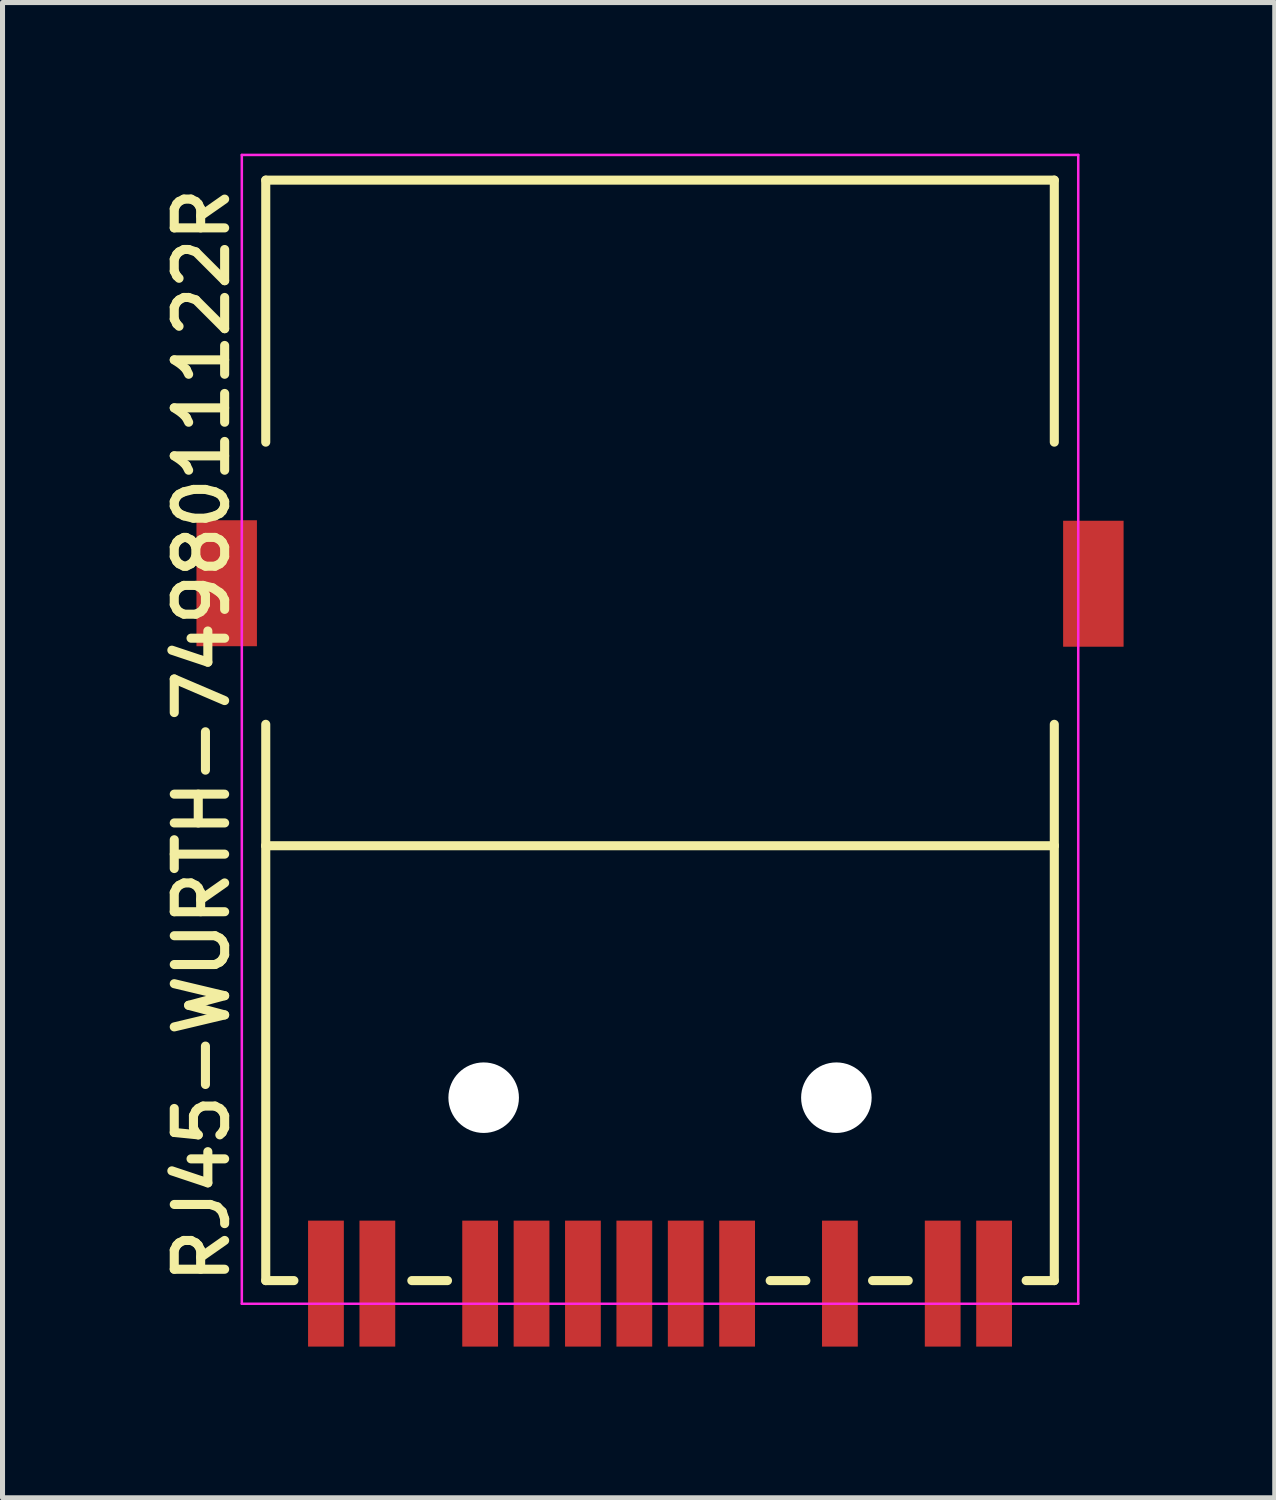
<source format=kicad_pcb>
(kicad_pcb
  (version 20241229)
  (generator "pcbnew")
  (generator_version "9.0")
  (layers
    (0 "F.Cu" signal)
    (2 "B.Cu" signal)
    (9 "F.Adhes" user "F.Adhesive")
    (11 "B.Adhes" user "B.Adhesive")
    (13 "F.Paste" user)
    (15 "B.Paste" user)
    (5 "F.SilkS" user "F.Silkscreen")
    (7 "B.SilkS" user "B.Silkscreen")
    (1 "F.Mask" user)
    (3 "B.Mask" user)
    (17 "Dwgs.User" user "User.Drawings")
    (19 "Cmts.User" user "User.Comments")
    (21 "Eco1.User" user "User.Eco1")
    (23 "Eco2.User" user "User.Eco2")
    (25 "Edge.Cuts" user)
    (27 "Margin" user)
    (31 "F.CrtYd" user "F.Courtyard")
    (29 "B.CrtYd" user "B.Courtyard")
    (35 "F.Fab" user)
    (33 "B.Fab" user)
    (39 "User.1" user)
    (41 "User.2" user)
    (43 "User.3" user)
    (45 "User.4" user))
  (footprint "RJ45-WURTH-7498011122R"
    (layer "F.Cu")
    (at 10.049 0.525)
    (property "Reference" "RJ45-WURTH-7498011122R" (at -8.509 21.971 90) (layer "F.SilkS") (effects (font (size 1 1) (thickness 0.18)) (justify left bottom)))
    (attr through_hole)
    (fp_line (start -7.825 0) (end -7.825 5.2) (stroke (width 0.18) (type solid)) (layer "F.SilkS"))
    (fp_line (start -7.825 0) (end 7.825 0) (stroke (width 0.18) (type solid)) (layer "F.SilkS"))
    (fp_line (start -7.825 10.8) (end -7.825 13.21) (stroke (width 0.18) (type solid)) (layer "F.SilkS"))
    (fp_line (start -7.825 13.21) (end -7.825 21.84) (stroke (width 0.18) (type solid)) (layer "F.SilkS"))
    (fp_line (start -7.825 13.21) (end 7.825 13.21) (stroke (width 0.18) (type solid)) (layer "F.SilkS"))
    (fp_line (start -7.266 21.84) (end -7.825 21.84) (stroke (width 0.18) (type solid)) (layer "F.SilkS"))
    (fp_line (start -4.926 21.84) (end -4.218 21.84) (stroke (width 0.18) (type solid)) (layer "F.SilkS"))
    (fp_line (start 2.186 21.84) (end 2.894 21.84) (stroke (width 0.18) (type solid)) (layer "F.SilkS"))
    (fp_line (start 4.218 21.84) (end 4.926 21.84) (stroke (width 0.18) (type solid)) (layer "F.SilkS"))
    (fp_line (start 7.266 21.84) (end 7.825 21.84) (stroke (width 0.18) (type solid)) (layer "F.SilkS"))
    (fp_line (start 7.825 0) (end 7.825 5.2) (stroke (width 0.18) (type solid)) (layer "F.SilkS"))
    (fp_line (start 7.825 10.8) (end 7.825 13.21) (stroke (width 0.18) (type solid)) (layer "F.SilkS"))
    (fp_line (start 7.825 13.21) (end 7.825 21.84) (stroke (width 0.18) (type solid)) (layer "F.SilkS"))
    (fp_line (start -8.3 -0.5) (end 8.3 -0.5) (stroke (width 0.05) (type solid)) (layer "F.CrtYd"))
    (fp_line (start -8.3 22.3) (end -8.3 -0.5) (stroke (width 0.05) (type solid)) (layer "F.CrtYd"))
    (fp_line (start 8.3 -0.5) (end 8.3 22.3) (stroke (width 0.05) (type solid)) (layer "F.CrtYd"))
    (fp_line (start 8.3 22.3) (end -8.3 22.3) (stroke (width 0.05) (type solid)) (layer "F.CrtYd"))
    (pad "" np_thru_hole circle (at -3.5 18.21) (size 1.4 1.4) (drill 1.4) (layers "*.Cu"))
    (pad "" np_thru_hole circle (at 3.5 18.21) (size 1.4 1.4) (drill 1.4) (layers "*.Cu"))
    (pad "1" smd rect (at -3.57 21.9 90) (size 2.5 0.71) (layers "F.Cu" "F.Mask" "F.Paste"))
    (pad "2" smd rect (at -2.55 21.9 90) (size 2.5 0.71) (layers "F.Cu" "F.Mask" "F.Paste"))
    (pad "3" smd rect (at -1.53 21.9 90) (size 2.5 0.71) (layers "F.Cu" "F.Mask" "F.Paste"))
    (pad "4" smd rect (at -0.51 21.9 90) (size 2.5 0.71) (layers "F.Cu" "F.Mask" "F.Paste"))
    (pad "5" smd rect (at 0.51 21.9 90) (size 2.5 0.71) (layers "F.Cu" "F.Mask" "F.Paste"))
    (pad "6" smd rect (at 1.53 21.9 90) (size 2.5 0.71) (layers "F.Cu" "F.Mask" "F.Paste"))
    (pad "8" smd rect (at 3.57 21.9 90) (size 2.5 0.71) (layers "F.Cu" "F.Mask" "F.Paste"))
    (pad "LA" smd rect (at 5.61 21.9 90) (size 2.5 0.71) (layers "F.Cu" "F.Mask" "F.Paste"))
    (pad "LK" smd rect (at 6.63 21.9 90) (size 2.5 0.71) (layers "F.Cu" "F.Mask" "F.Paste"))
    (pad "RA" smd rect (at -6.63 21.9 90) (size 2.5 0.71) (layers "F.Cu" "F.Mask" "F.Paste"))
    (pad "RK" smd rect (at -5.61 21.9 90) (size 2.5 0.71) (layers "F.Cu" "F.Mask" "F.Paste"))
    (pad "SH" smd rect (at -8.6 8 90) (size 2.5 1.2) (layers "F.Cu" "F.Mask" "F.Paste"))
    (pad "SH" smd rect (at 8.6 8.01 90) (size 2.5 1.2) (layers "F.Cu" "F.Mask" "F.Paste")))
  (gr_rect
    (start -3 -3)
    (end 22.249 26.675)
    (stroke (width 0.1) (type default))
    (fill no)
    (layer "Edge.Cuts")))
</source>
